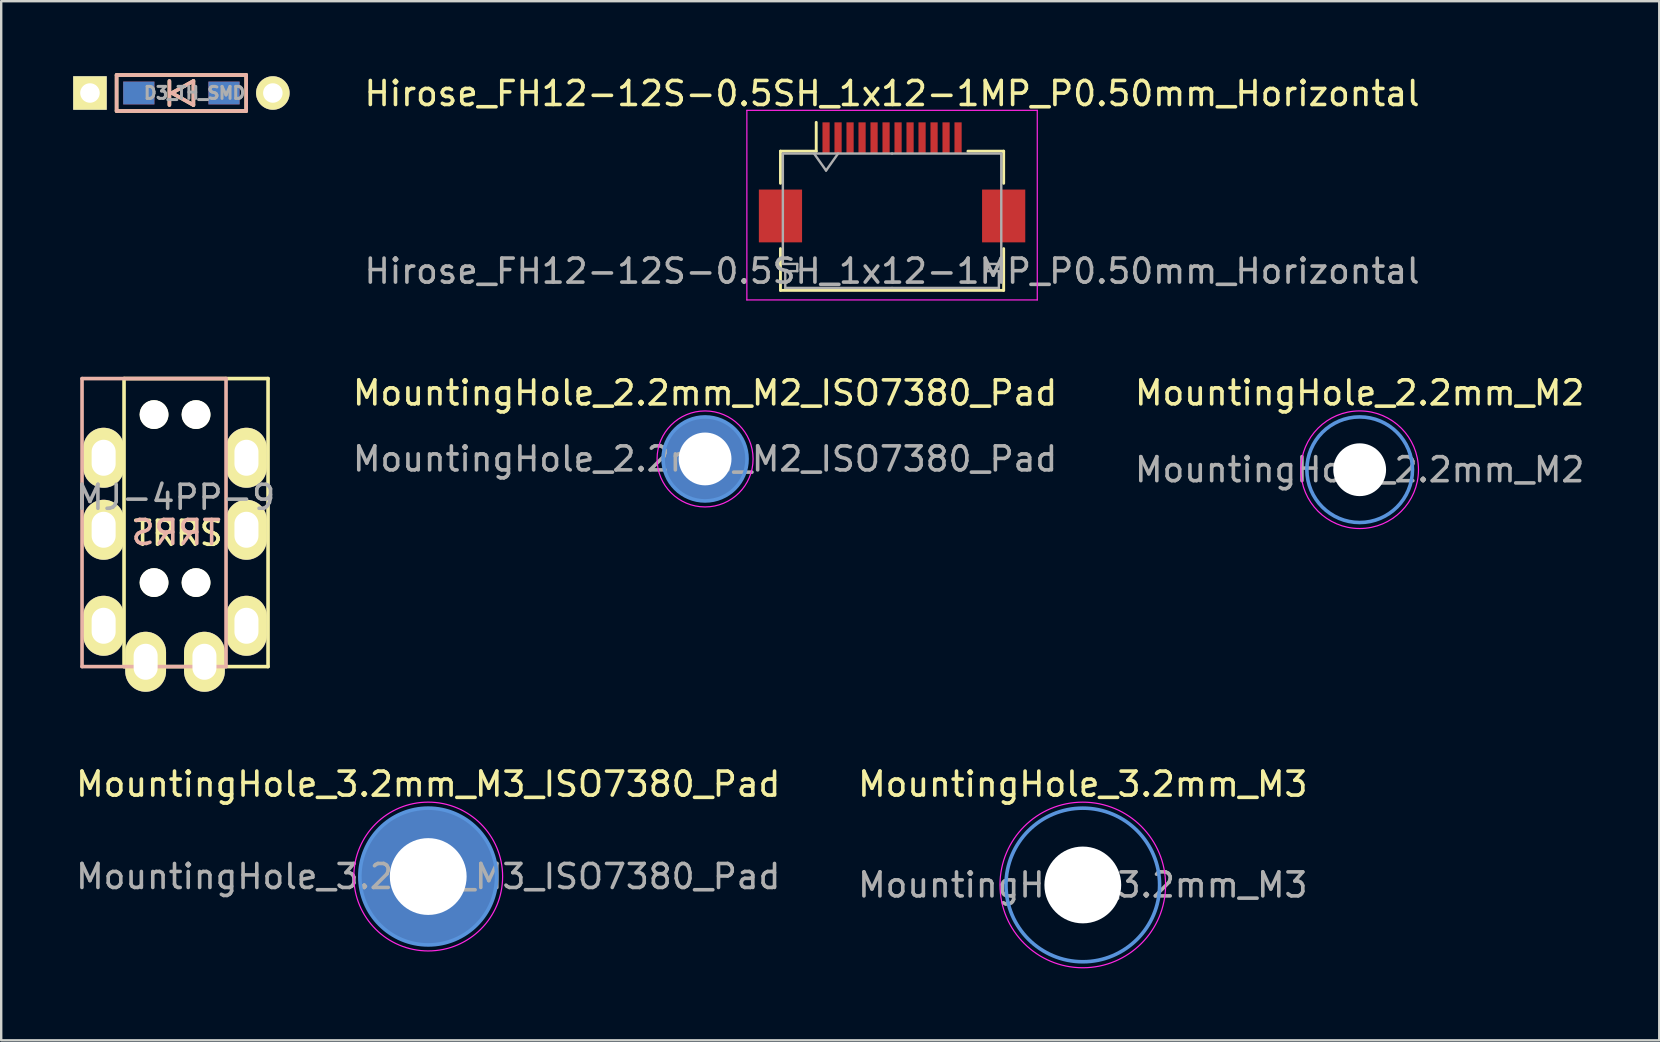
<source format=kicad_pcb>
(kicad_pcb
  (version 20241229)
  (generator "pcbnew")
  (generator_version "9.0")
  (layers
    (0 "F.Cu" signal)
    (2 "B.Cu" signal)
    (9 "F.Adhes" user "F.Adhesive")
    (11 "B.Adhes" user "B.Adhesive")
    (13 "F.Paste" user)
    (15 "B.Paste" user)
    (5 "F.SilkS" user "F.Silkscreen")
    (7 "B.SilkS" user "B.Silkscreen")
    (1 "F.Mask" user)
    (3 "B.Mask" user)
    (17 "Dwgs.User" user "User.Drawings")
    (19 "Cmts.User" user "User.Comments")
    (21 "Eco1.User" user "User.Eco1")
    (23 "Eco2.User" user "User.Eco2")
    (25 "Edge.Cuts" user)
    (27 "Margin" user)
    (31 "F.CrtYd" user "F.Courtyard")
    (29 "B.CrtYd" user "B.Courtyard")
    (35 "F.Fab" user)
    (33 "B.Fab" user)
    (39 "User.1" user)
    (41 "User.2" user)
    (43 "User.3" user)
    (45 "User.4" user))
  (footprint "MountingHole_3.2mm_M3_ISO7380_Pad"
    (layer "F.Cu")
    (at 14.792 33.471)
    (property "Reference" "MountingHole_3.2mm_M3_ISO7380_Pad" (at 0 -3.85 0) (layer "F.SilkS") (effects (font (size 1 1) (thickness 0.15))))
    (attr exclude_from_pos_files)
    (fp_circle (center 0 0) (end 2.85 0) (stroke (width 0.15) (type solid)) (fill no) (layer "Cmts.User"))
    (fp_circle (center 0 0) (end 3.1 0) (stroke (width 0.05) (type solid)) (fill no) (layer "F.CrtYd"))
    (fp_text user "${REFERENCE}" (at 0 0 0) (layer "F.Fab") (effects (font (size 1 1) (thickness 0.15))))
    (pad "1" thru_hole circle (at 0 0) (size 5.7 5.7) (drill 3.2) (layers "*.Cu" "*.Mask")))
  (footprint "MountingHole_2.2mm_M2_ISO7380_Pad"
    (layer "F.Cu")
    (at 26.327 16.072)
    (property "Reference" "MountingHole_2.2mm_M2_ISO7380_Pad" (at 0 -2.75 0) (layer "F.SilkS") (effects (font (size 1 1) (thickness 0.15))))
    (attr exclude_from_pos_files)
    (fp_circle (center 0 0) (end 1.75 0) (stroke (width 0.15) (type solid)) (fill no) (layer "Cmts.User"))
    (fp_circle (center 0 0) (end 2 0) (stroke (width 0.05) (type solid)) (fill no) (layer "F.CrtYd"))
    (fp_text user "${REFERENCE}" (at 0 0 0) (layer "F.Fab") (effects (font (size 1 1) (thickness 0.15))))
    (pad "1" thru_hole circle (at 0 0) (size 3.5 3.5) (drill 2.2) (layers "*.Cu" "*.Mask")))
  (footprint "MountingHole_2.2mm_M2"
    (layer "F.Cu")
    (at 53.601 16.521)
    (property "Reference" "MountingHole_2.2mm_M2" (at 0 -3.2 0) (layer "F.SilkS") (effects (font (size 1 1) (thickness 0.15))))
    (attr exclude_from_pos_files)
    (fp_circle (center 0 0) (end 2.2 0) (stroke (width 0.15) (type solid)) (fill no) (layer "Cmts.User"))
    (fp_circle (center 0 0) (end 2.45 0) (stroke (width 0.05) (type solid)) (fill no) (layer "F.CrtYd"))
    (fp_text user "${REFERENCE}" (at 0 0 0) (layer "F.Fab") (effects (font (size 1 1) (thickness 0.15))))
    (pad "" np_thru_hole circle (at 0 0) (size 2.2 2.2) (drill 2.2) (layers "*.Cu" "*.Mask")))
  (footprint "MJ-4PP-9"
    (layer "F.Cu")
    (at 5.118 12.723)
    (property "Reference" "MJ-4PP-9" (at -0.85 4.95 0) (layer "F.Fab") (effects (font (size 1 1) (thickness 0.15))))
    (attr through_hole)
    (fp_line (start -3 0) (end 3 0) (stroke (width 0.15) (type solid)) (layer "F.SilkS"))
    (fp_line (start -3 12) (end -3 0) (stroke (width 0.15) (type solid)) (layer "F.SilkS"))
    (fp_line (start 3 0) (end 3 12) (stroke (width 0.15) (type solid)) (layer "F.SilkS"))
    (fp_line (start 3 12) (end -3 12) (stroke (width 0.15) (type solid)) (layer "F.SilkS"))
    (fp_line (start -4.75 0) (end 1.25 0) (stroke (width 0.15) (type solid)) (layer "B.SilkS"))
    (fp_line (start -4.75 12) (end -4.75 0) (stroke (width 0.15) (type solid)) (layer "B.SilkS"))
    (fp_line (start 1.25 0) (end 1.25 12) (stroke (width 0.15) (type solid)) (layer "B.SilkS"))
    (fp_line (start 1.25 12) (end -4.75 12) (stroke (width 0.15) (type solid)) (layer "B.SilkS"))
    (fp_text user "TRRS" (at -0.75 6.45 0) (layer "F.SilkS") (effects (font (size 1 1) (thickness 0.15))))
    (fp_text user "TRRS" (at -0.826 6.413 0) (layer "B.SilkS") (effects (font (size 1 1) (thickness 0.15)) (justify mirror)))
    (pad "" np_thru_hole circle (at -1.75 1.5) (size 1.2 1.2) (drill 1.2) (layers "*.Cu" "*.Mask" "F.SilkS"))
    (pad "" np_thru_hole circle (at -1.75 8.5) (size 1.2 1.2) (drill 1.2) (layers "*.Cu" "*.Mask" "F.SilkS"))
    (pad "" np_thru_hole circle (at 0 1.5) (size 1.2 1.2) (drill 1.2) (layers "*.Cu" "*.Mask" "F.SilkS"))
    (pad "" np_thru_hole circle (at 0 8.5) (size 1.2 1.2) (drill 1.2) (layers "*.Cu" "*.Mask" "F.SilkS"))
    (pad "R1" thru_hole oval (at -3.85 10.3) (size 1.7 2.5) (drill oval 1 1.5) (layers "*.Cu" "*.Mask" "F.SilkS"))
    (pad "R1" thru_hole oval (at 2.1 10.3) (size 1.7 2.5) (drill oval 1 1.5) (layers "*.Cu" "*.Mask" "F.SilkS"))
    (pad "R2" thru_hole oval (at -3.85 6.3) (size 1.7 2.5) (drill oval 1 1.5) (layers "*.Cu" "*.Mask" "F.SilkS"))
    (pad "R2" thru_hole oval (at 2.1 6.3) (size 1.7 2.5) (drill oval 1 1.5) (layers "*.Cu" "*.Mask" "F.SilkS"))
    (pad "S" thru_hole oval (at -3.85 3.3) (size 1.7 2.5) (drill oval 1 1.5) (layers "*.Cu" "*.Mask" "F.SilkS"))
    (pad "S" thru_hole oval (at 2.1 3.3) (size 1.7 2.5) (drill oval 1 1.5) (layers "*.Cu" "*.Mask" "F.SilkS"))
    (pad "T" thru_hole oval (at -2.1 11.8) (size 1.7 2.5) (drill oval 1 1.5) (layers "*.Cu" "*.Mask" "F.SilkS"))
    (pad "T" thru_hole oval (at 0.35 11.8) (size 1.7 2.5) (drill oval 1 1.5) (layers "*.Cu" "*.Mask" "F.SilkS")))
  (footprint "Hirose_FH12-12S-0.5SH_1x12-1MP_P0.50mm_Horizontal"
    (layer "F.Cu")
    (at 34.118 4.548)
    (property "Reference" "Hirose_FH12-12S-0.5SH_1x12-1MP_P0.50mm_Horizontal" (at 0 -3.7 0) (layer "F.SilkS") (effects (font (size 1 1) (thickness 0.15))))
    (attr smd)
    (fp_line (start -4.65 -1.3) (end -4.65 0.04) (stroke (width 0.12) (type solid)) (layer "F.SilkS"))
    (fp_line (start -4.65 2.76) (end -4.65 4.5) (stroke (width 0.12) (type solid)) (layer "F.SilkS"))
    (fp_line (start -4.65 4.5) (end 4.65 4.5) (stroke (width 0.12) (type solid)) (layer "F.SilkS"))
    (fp_line (start -3.16 -1.3) (end -4.65 -1.3) (stroke (width 0.12) (type solid)) (layer "F.SilkS"))
    (fp_line (start -3.16 -1.3) (end -3.16 -2.5) (stroke (width 0.12) (type solid)) (layer "F.SilkS"))
    (fp_line (start 3.16 -1.3) (end 4.65 -1.3) (stroke (width 0.12) (type solid)) (layer "F.SilkS"))
    (fp_line (start 4.65 -1.3) (end 4.65 0.04) (stroke (width 0.12) (type solid)) (layer "F.SilkS"))
    (fp_line (start 4.65 4.5) (end 4.65 2.76) (stroke (width 0.12) (type solid)) (layer "F.SilkS"))
    (fp_line (start -6.05 -3) (end -6.05 4.9) (stroke (width 0.05) (type solid)) (layer "F.CrtYd"))
    (fp_line (start -6.05 4.9) (end 6.05 4.9) (stroke (width 0.05) (type solid)) (layer "F.CrtYd"))
    (fp_line (start 6.05 -3) (end -6.05 -3) (stroke (width 0.05) (type solid)) (layer "F.CrtYd"))
    (fp_line (start 6.05 4.9) (end 6.05 -3) (stroke (width 0.05) (type solid)) (layer "F.CrtYd"))
    (fp_line (start -4.55 -1.2) (end -4.55 3.4) (stroke (width 0.1) (type solid)) (layer "F.Fab"))
    (fp_line (start -4.55 3.4) (end -3.95 3.4) (stroke (width 0.1) (type solid)) (layer "F.Fab"))
    (fp_line (start -4.45 3.7) (end -4.45 4.4) (stroke (width 0.1) (type solid)) (layer "F.Fab"))
    (fp_line (start -4.45 4.4) (end 0 4.4) (stroke (width 0.1) (type solid)) (layer "F.Fab"))
    (fp_line (start -3.95 3.4) (end -3.95 3.7) (stroke (width 0.1) (type solid)) (layer "F.Fab"))
    (fp_line (start -3.95 3.7) (end -4.45 3.7) (stroke (width 0.1) (type solid)) (layer "F.Fab"))
    (fp_line (start -3.25 -1.2) (end -2.75 -0.493) (stroke (width 0.1) (type solid)) (layer "F.Fab"))
    (fp_line (start -2.75 -0.493) (end -2.25 -1.2) (stroke (width 0.1) (type solid)) (layer "F.Fab"))
    (fp_line (start 0 -1.2) (end -4.55 -1.2) (stroke (width 0.1) (type solid)) (layer "F.Fab"))
    (fp_line (start 0 -1.2) (end 4.55 -1.2) (stroke (width 0.1) (type solid)) (layer "F.Fab"))
    (fp_line (start 3.95 3.4) (end 3.95 3.7) (stroke (width 0.1) (type solid)) (layer "F.Fab"))
    (fp_line (start 3.95 3.7) (end 4.45 3.7) (stroke (width 0.1) (type solid)) (layer "F.Fab"))
    (fp_line (start 4.45 3.7) (end 4.45 4.4) (stroke (width 0.1) (type solid)) (layer "F.Fab"))
    (fp_line (start 4.45 4.4) (end 0 4.4) (stroke (width 0.1) (type solid)) (layer "F.Fab"))
    (fp_line (start 4.55 -1.2) (end 4.55 3.4) (stroke (width 0.1) (type solid)) (layer "F.Fab"))
    (fp_line (start 4.55 3.4) (end 3.95 3.4) (stroke (width 0.1) (type solid)) (layer "F.Fab"))
    (fp_text user "${REFERENCE}" (at 0 3.7 0) (layer "F.Fab") (effects (font (size 1 1) (thickness 0.15))))
    (pad "1" smd rect (at -2.75 -1.85 180) (size 0.3 1.3) (layers "F.Cu" "F.Mask" "F.Paste"))
    (pad "2" smd rect (at -2.25 -1.85 180) (size 0.3 1.3) (layers "F.Cu" "F.Mask" "F.Paste"))
    (pad "3" smd rect (at -1.75 -1.85 180) (size 0.3 1.3) (layers "F.Cu" "F.Mask" "F.Paste"))
    (pad "4" smd rect (at -1.25 -1.85 180) (size 0.3 1.3) (layers "F.Cu" "F.Mask" "F.Paste"))
    (pad "5" smd rect (at -0.75 -1.85 180) (size 0.3 1.3) (layers "F.Cu" "F.Mask" "F.Paste"))
    (pad "6" smd rect (at -0.25 -1.85 180) (size 0.3 1.3) (layers "F.Cu" "F.Mask" "F.Paste"))
    (pad "7" smd rect (at 0.25 -1.85 180) (size 0.3 1.3) (layers "F.Cu" "F.Mask" "F.Paste"))
    (pad "8" smd rect (at 0.75 -1.85 180) (size 0.3 1.3) (layers "F.Cu" "F.Mask" "F.Paste"))
    (pad "9" smd rect (at 1.25 -1.85 180) (size 0.3 1.3) (layers "F.Cu" "F.Mask" "F.Paste"))
    (pad "10" smd rect (at 1.75 -1.85 180) (size 0.3 1.3) (layers "F.Cu" "F.Mask" "F.Paste"))
    (pad "11" smd rect (at 2.25 -1.85 180) (size 0.3 1.3) (layers "F.Cu" "F.Mask" "F.Paste"))
    (pad "12" smd rect (at 2.75 -1.85 180) (size 0.3 1.3) (layers "F.Cu" "F.Mask" "F.Paste"))
    (pad "MP" smd rect (at -4.65 1.4 180) (size 1.8 2.2) (layers "F.Cu" "F.Mask" "F.Paste"))
    (pad "MP" smd rect (at 4.65 1.4 180) (size 1.8 2.2) (layers "F.Cu" "F.Mask" "F.Paste")))
  (footprint "MountingHole_3.2mm_M3"
    (layer "F.Cu")
    (at 42.065 33.822)
    (property "Reference" "MountingHole_3.2mm_M3" (at 0 -4.2 0) (layer "F.SilkS") (effects (font (size 1 1) (thickness 0.15))))
    (attr exclude_from_pos_files)
    (fp_circle (center 0 0) (end 3.2 0) (stroke (width 0.15) (type solid)) (fill no) (layer "Cmts.User"))
    (fp_circle (center 0 0) (end 3.45 0) (stroke (width 0.05) (type solid)) (fill no) (layer "F.CrtYd"))
    (fp_text user "${REFERENCE}" (at 0 0 0) (layer "F.Fab") (effects (font (size 1 1) (thickness 0.15))))
    (pad "" np_thru_hole circle (at 0 0) (size 3.2 3.2) (drill 3.2) (layers "*.Cu" "*.Mask")))
  (footprint "D3_TH_SMD"
    (layer "F.Cu")
    (at 4.508 0.825)
    (property "Reference" "D3_TH_SMD" (at 0.55 0 0) (layer "F.Fab") (effects (font (size 0.5 0.5) (thickness 0.125))))
    (attr through_hole)
    (fp_line (start -2.7 -0.75) (end -2.7 0.75) (stroke (width 0.15) (type solid)) (layer "F.SilkS"))
    (fp_line (start -2.7 0.75) (end 2.7 0.75) (stroke (width 0.15) (type solid)) (layer "F.SilkS"))
    (fp_line (start -0.5 -0.5) (end -0.5 0.5) (stroke (width 0.15) (type solid)) (layer "F.SilkS"))
    (fp_line (start -0.4 0) (end 0.5 -0.5) (stroke (width 0.15) (type solid)) (layer "F.SilkS"))
    (fp_line (start 0.5 -0.5) (end 0.5 0.5) (stroke (width 0.15) (type solid)) (layer "F.SilkS"))
    (fp_line (start 0.5 0.5) (end -0.4 0) (stroke (width 0.15) (type solid)) (layer "F.SilkS"))
    (fp_line (start 2.7 -0.75) (end -2.7 -0.75) (stroke (width 0.15) (type solid)) (layer "F.SilkS"))
    (fp_line (start 2.7 0.75) (end 2.7 -0.75) (stroke (width 0.15) (type solid)) (layer "F.SilkS"))
    (fp_line (start -2.7 -0.75) (end -2.7 0.75) (stroke (width 0.15) (type solid)) (layer "B.SilkS"))
    (fp_line (start -2.7 0.75) (end 2.7 0.75) (stroke (width 0.15) (type solid)) (layer "B.SilkS"))
    (fp_line (start -0.5 -0.5) (end -0.5 0.5) (stroke (width 0.15) (type solid)) (layer "B.SilkS"))
    (fp_line (start -0.4 0) (end 0.5 -0.5) (stroke (width 0.15) (type solid)) (layer "B.SilkS"))
    (fp_line (start 0.5 -0.5) (end 0.5 0.5) (stroke (width 0.15) (type solid)) (layer "B.SilkS"))
    (fp_line (start 0.5 0.5) (end -0.4 0) (stroke (width 0.15) (type solid)) (layer "B.SilkS"))
    (fp_line (start 2.7 -0.75) (end -2.7 -0.75) (stroke (width 0.15) (type solid)) (layer "B.SilkS"))
    (fp_line (start 2.7 0.75) (end 2.7 -0.75) (stroke (width 0.15) (type solid)) (layer "B.SilkS"))
    (pad "1" thru_hole rect (at -3.81 0 180) (size 1.397 1.397) (drill 0.813) (layers "*.Cu" "*.Mask" "F.SilkS"))
    (pad "1" smd rect (at -1.775 0 180) (size 1.3 0.95) (layers "F.Cu" "F.Mask" "F.Paste"))
    (pad "1" smd rect (at -1.775 0 180) (size 1.3 0.95) (layers "B.Cu" "B.Mask" "B.Paste"))
    (pad "2" smd rect (at 1.775 0 180) (size 1.3 0.95) (layers "F.Cu" "F.Mask" "F.Paste"))
    (pad "2" smd rect (at 1.775 0 180) (size 1.3 0.95) (layers "B.Cu" "B.Mask" "B.Paste"))
    (pad "2" thru_hole circle (at 3.81 0 180) (size 1.397 1.397) (drill 0.813) (layers "*.Cu" "*.Mask" "F.SilkS")))
  (gr_rect
    (start -3 -3)
    (end 66.083 40.297)
    (stroke (width 0.1) (type default))
    (fill no)
    (layer "Edge.Cuts")))
</source>
